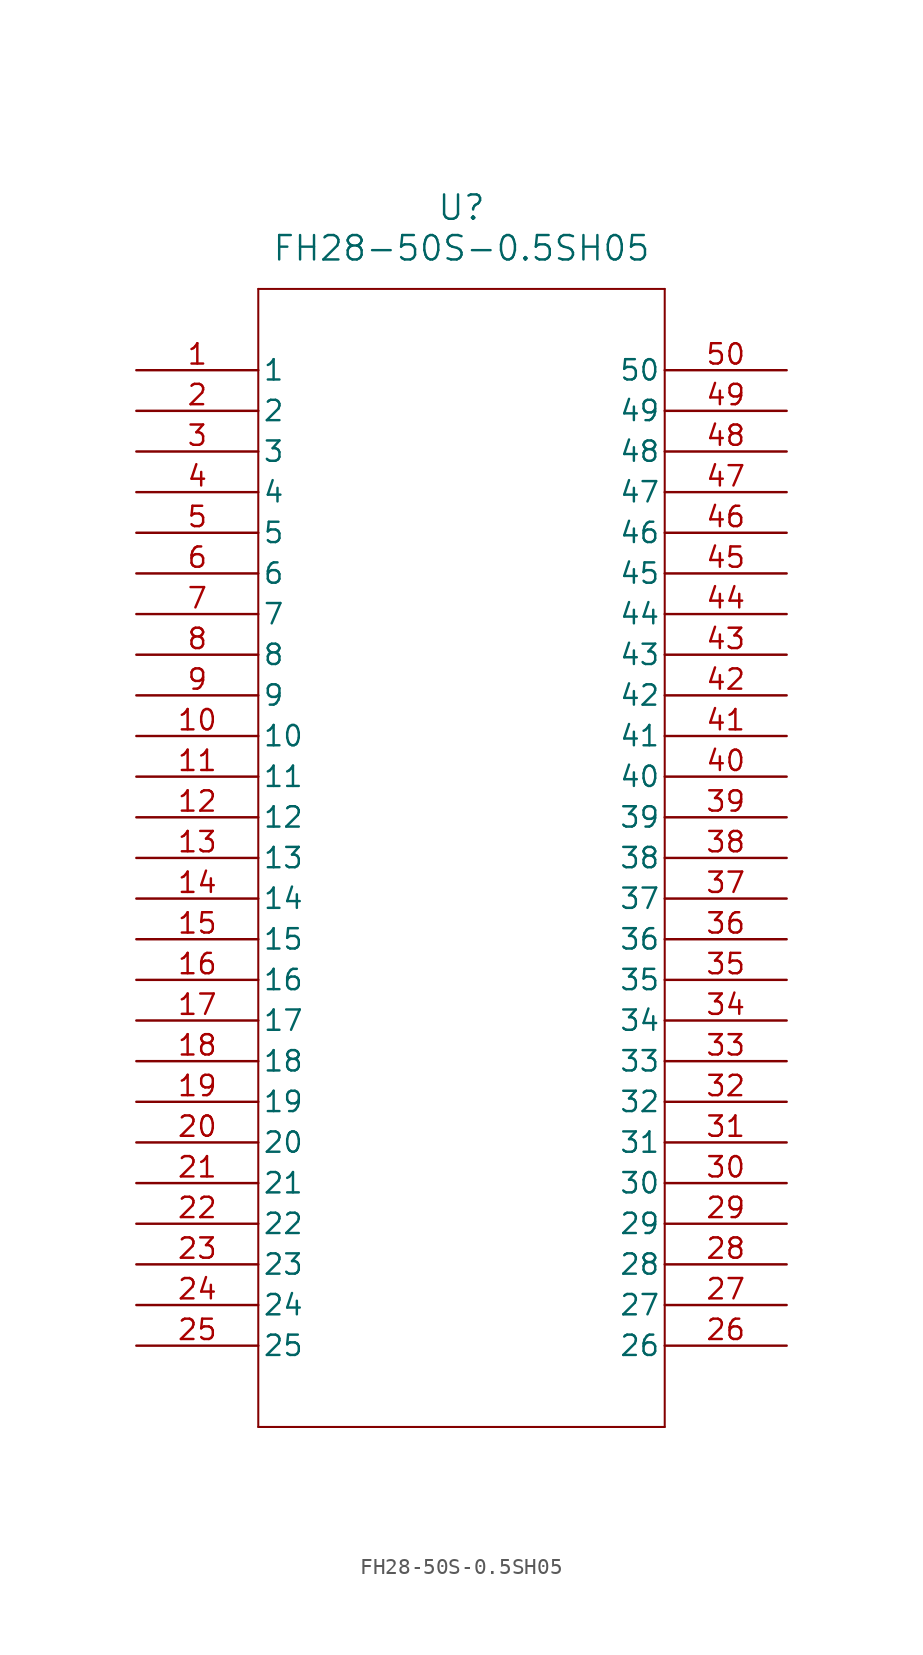
<source format=kicad_sym>
(kicad_symbol_lib
  (version 20211014)
  (generator kicad_symbol_editor)
  (symbol "FH28-50S-0.5SH05"
    (pin_names
      (offset 0.254))
    (property "Reference" "U"
      (at 20.32 10.16 0)
      (effects (font (size 1.524 1.524))))
    (property "Value" "FH28-50S-0.5SH05"
      (at 20.32 7.62 0)
      (effects (font (size 1.524 1.524))))
    (symbol "FH28-50S-0.5SH05_0_1"
      (polyline (pts (xy 7.62 5.08) (xy 7.62 -66.04)) (stroke (width 0.127) (type default) (color 0 0 0 0)) (fill (type none)))
      (polyline (pts (xy 7.62 -66.04) (xy 33.02 -66.04)) (stroke (width 0.127) (type default) (color 0 0 0 0)) (fill (type none)))
      (polyline (pts (xy 33.02 -66.04) (xy 33.02 5.08)) (stroke (width 0.127) (type default) (color 0 0 0 0)) (fill (type none)))
      (polyline (pts (xy 33.02 5.08) (xy 7.62 5.08)) (stroke (width 0.127) (type default) (color 0 0 0 0)) (fill (type none)))
      (pin unspecified line (at 0 0 0) (length 7.62) (name "1" (effects (font (size 1.27 1.27)))) (number "1" (effects (font (size 1.27 1.27)))))
      (pin unspecified line (at 0 -2.54 0) (length 7.62) (name "2" (effects (font (size 1.27 1.27)))) (number "2" (effects (font (size 1.27 1.27)))))
      (pin unspecified line (at 0 -5.08 0) (length 7.62) (name "3" (effects (font (size 1.27 1.27)))) (number "3" (effects (font (size 1.27 1.27)))))
      (pin unspecified line (at 0 -7.62 0) (length 7.62) (name "4" (effects (font (size 1.27 1.27)))) (number "4" (effects (font (size 1.27 1.27)))))
      (pin unspecified line (at 0 -10.16 0) (length 7.62) (name "5" (effects (font (size 1.27 1.27)))) (number "5" (effects (font (size 1.27 1.27)))))
      (pin unspecified line (at 0 -12.7 0) (length 7.62) (name "6" (effects (font (size 1.27 1.27)))) (number "6" (effects (font (size 1.27 1.27)))))
      (pin unspecified line (at 0 -15.24 0) (length 7.62) (name "7" (effects (font (size 1.27 1.27)))) (number "7" (effects (font (size 1.27 1.27)))))
      (pin unspecified line (at 0 -17.78 0) (length 7.62) (name "8" (effects (font (size 1.27 1.27)))) (number "8" (effects (font (size 1.27 1.27)))))
      (pin unspecified line (at 0 -20.32 0) (length 7.62) (name "9" (effects (font (size 1.27 1.27)))) (number "9" (effects (font (size 1.27 1.27)))))
      (pin unspecified line (at 0 -22.86 0) (length 7.62) (name "10" (effects (font (size 1.27 1.27)))) (number "10" (effects (font (size 1.27 1.27)))))
      (pin unspecified line (at 0 -25.4 0) (length 7.62) (name "11" (effects (font (size 1.27 1.27)))) (number "11" (effects (font (size 1.27 1.27)))))
      (pin unspecified line (at 0 -27.94 0) (length 7.62) (name "12" (effects (font (size 1.27 1.27)))) (number "12" (effects (font (size 1.27 1.27)))))
      (pin unspecified line (at 0 -30.48 0) (length 7.62) (name "13" (effects (font (size 1.27 1.27)))) (number "13" (effects (font (size 1.27 1.27)))))
      (pin unspecified line (at 0 -33.02 0) (length 7.62) (name "14" (effects (font (size 1.27 1.27)))) (number "14" (effects (font (size 1.27 1.27)))))
      (pin unspecified line (at 0 -35.56 0) (length 7.62) (name "15" (effects (font (size 1.27 1.27)))) (number "15" (effects (font (size 1.27 1.27)))))
      (pin unspecified line (at 0 -38.1 0) (length 7.62) (name "16" (effects (font (size 1.27 1.27)))) (number "16" (effects (font (size 1.27 1.27)))))
      (pin unspecified line (at 0 -40.64 0) (length 7.62) (name "17" (effects (font (size 1.27 1.27)))) (number "17" (effects (font (size 1.27 1.27)))))
      (pin unspecified line (at 0 -43.18 0) (length 7.62) (name "18" (effects (font (size 1.27 1.27)))) (number "18" (effects (font (size 1.27 1.27)))))
      (pin unspecified line (at 0 -45.72 0) (length 7.62) (name "19" (effects (font (size 1.27 1.27)))) (number "19" (effects (font (size 1.27 1.27)))))
      (pin unspecified line (at 0 -48.26 0) (length 7.62) (name "20" (effects (font (size 1.27 1.27)))) (number "20" (effects (font (size 1.27 1.27)))))
      (pin unspecified line (at 0 -50.8 0) (length 7.62) (name "21" (effects (font (size 1.27 1.27)))) (number "21" (effects (font (size 1.27 1.27)))))
      (pin unspecified line (at 0 -53.34 0) (length 7.62) (name "22" (effects (font (size 1.27 1.27)))) (number "22" (effects (font (size 1.27 1.27)))))
      (pin unspecified line (at 0 -55.88 0) (length 7.62) (name "23" (effects (font (size 1.27 1.27)))) (number "23" (effects (font (size 1.27 1.27)))))
      (pin unspecified line (at 0 -58.42 0) (length 7.62) (name "24" (effects (font (size 1.27 1.27)))) (number "24" (effects (font (size 1.27 1.27)))))
      (pin unspecified line (at 0 -60.96 0) (length 7.62) (name "25" (effects (font (size 1.27 1.27)))) (number "25" (effects (font (size 1.27 1.27)))))
      (pin unspecified line (at 40.64 -60.96 180) (length 7.62) (name "26" (effects (font (size 1.27 1.27)))) (number "26" (effects (font (size 1.27 1.27)))))
      (pin unspecified line (at 40.64 -58.42 180) (length 7.62) (name "27" (effects (font (size 1.27 1.27)))) (number "27" (effects (font (size 1.27 1.27)))))
      (pin unspecified line (at 40.64 -55.88 180) (length 7.62) (name "28" (effects (font (size 1.27 1.27)))) (number "28" (effects (font (size 1.27 1.27)))))
      (pin unspecified line (at 40.64 -53.34 180) (length 7.62) (name "29" (effects (font (size 1.27 1.27)))) (number "29" (effects (font (size 1.27 1.27)))))
      (pin unspecified line (at 40.64 -50.8 180) (length 7.62) (name "30" (effects (font (size 1.27 1.27)))) (number "30" (effects (font (size 1.27 1.27)))))
      (pin unspecified line (at 40.64 -48.26 180) (length 7.62) (name "31" (effects (font (size 1.27 1.27)))) (number "31" (effects (font (size 1.27 1.27)))))
      (pin unspecified line (at 40.64 -45.72 180) (length 7.62) (name "32" (effects (font (size 1.27 1.27)))) (number "32" (effects (font (size 1.27 1.27)))))
      (pin unspecified line (at 40.64 -43.18 180) (length 7.62) (name "33" (effects (font (size 1.27 1.27)))) (number "33" (effects (font (size 1.27 1.27)))))
      (pin unspecified line (at 40.64 -40.64 180) (length 7.62) (name "34" (effects (font (size 1.27 1.27)))) (number "34" (effects (font (size 1.27 1.27)))))
      (pin unspecified line (at 40.64 -38.1 180) (length 7.62) (name "35" (effects (font (size 1.27 1.27)))) (number "35" (effects (font (size 1.27 1.27)))))
      (pin unspecified line (at 40.64 -35.56 180) (length 7.62) (name "36" (effects (font (size 1.27 1.27)))) (number "36" (effects (font (size 1.27 1.27)))))
      (pin unspecified line (at 40.64 -33.02 180) (length 7.62) (name "37" (effects (font (size 1.27 1.27)))) (number "37" (effects (font (size 1.27 1.27)))))
      (pin unspecified line (at 40.64 -30.48 180) (length 7.62) (name "38" (effects (font (size 1.27 1.27)))) (number "38" (effects (font (size 1.27 1.27)))))
      (pin unspecified line (at 40.64 -27.94 180) (length 7.62) (name "39" (effects (font (size 1.27 1.27)))) (number "39" (effects (font (size 1.27 1.27)))))
      (pin unspecified line (at 40.64 -25.4 180) (length 7.62) (name "40" (effects (font (size 1.27 1.27)))) (number "40" (effects (font (size 1.27 1.27)))))
      (pin unspecified line (at 40.64 -22.86 180) (length 7.62) (name "41" (effects (font (size 1.27 1.27)))) (number "41" (effects (font (size 1.27 1.27)))))
      (pin unspecified line (at 40.64 -20.32 180) (length 7.62) (name "42" (effects (font (size 1.27 1.27)))) (number "42" (effects (font (size 1.27 1.27)))))
      (pin unspecified line (at 40.64 -17.78 180) (length 7.62) (name "43" (effects (font (size 1.27 1.27)))) (number "43" (effects (font (size 1.27 1.27)))))
      (pin unspecified line (at 40.64 -15.24 180) (length 7.62) (name "44" (effects (font (size 1.27 1.27)))) (number "44" (effects (font (size 1.27 1.27)))))
      (pin unspecified line (at 40.64 -12.7 180) (length 7.62) (name "45" (effects (font (size 1.27 1.27)))) (number "45" (effects (font (size 1.27 1.27)))))
      (pin unspecified line (at 40.64 -10.16 180) (length 7.62) (name "46" (effects (font (size 1.27 1.27)))) (number "46" (effects (font (size 1.27 1.27)))))
      (pin unspecified line (at 40.64 -7.62 180) (length 7.62) (name "47" (effects (font (size 1.27 1.27)))) (number "47" (effects (font (size 1.27 1.27)))))
      (pin unspecified line (at 40.64 -5.08 180) (length 7.62) (name "48" (effects (font (size 1.27 1.27)))) (number "48" (effects (font (size 1.27 1.27)))))
      (pin unspecified line (at 40.64 -2.54 180) (length 7.62) (name "49" (effects (font (size 1.27 1.27)))) (number "49" (effects (font (size 1.27 1.27)))))
      (pin unspecified line (at 40.64 0 180) (length 7.62) (name "50" (effects (font (size 1.27 1.27)))) (number "50" (effects (font (size 1.27 1.27))))))))
</source>
